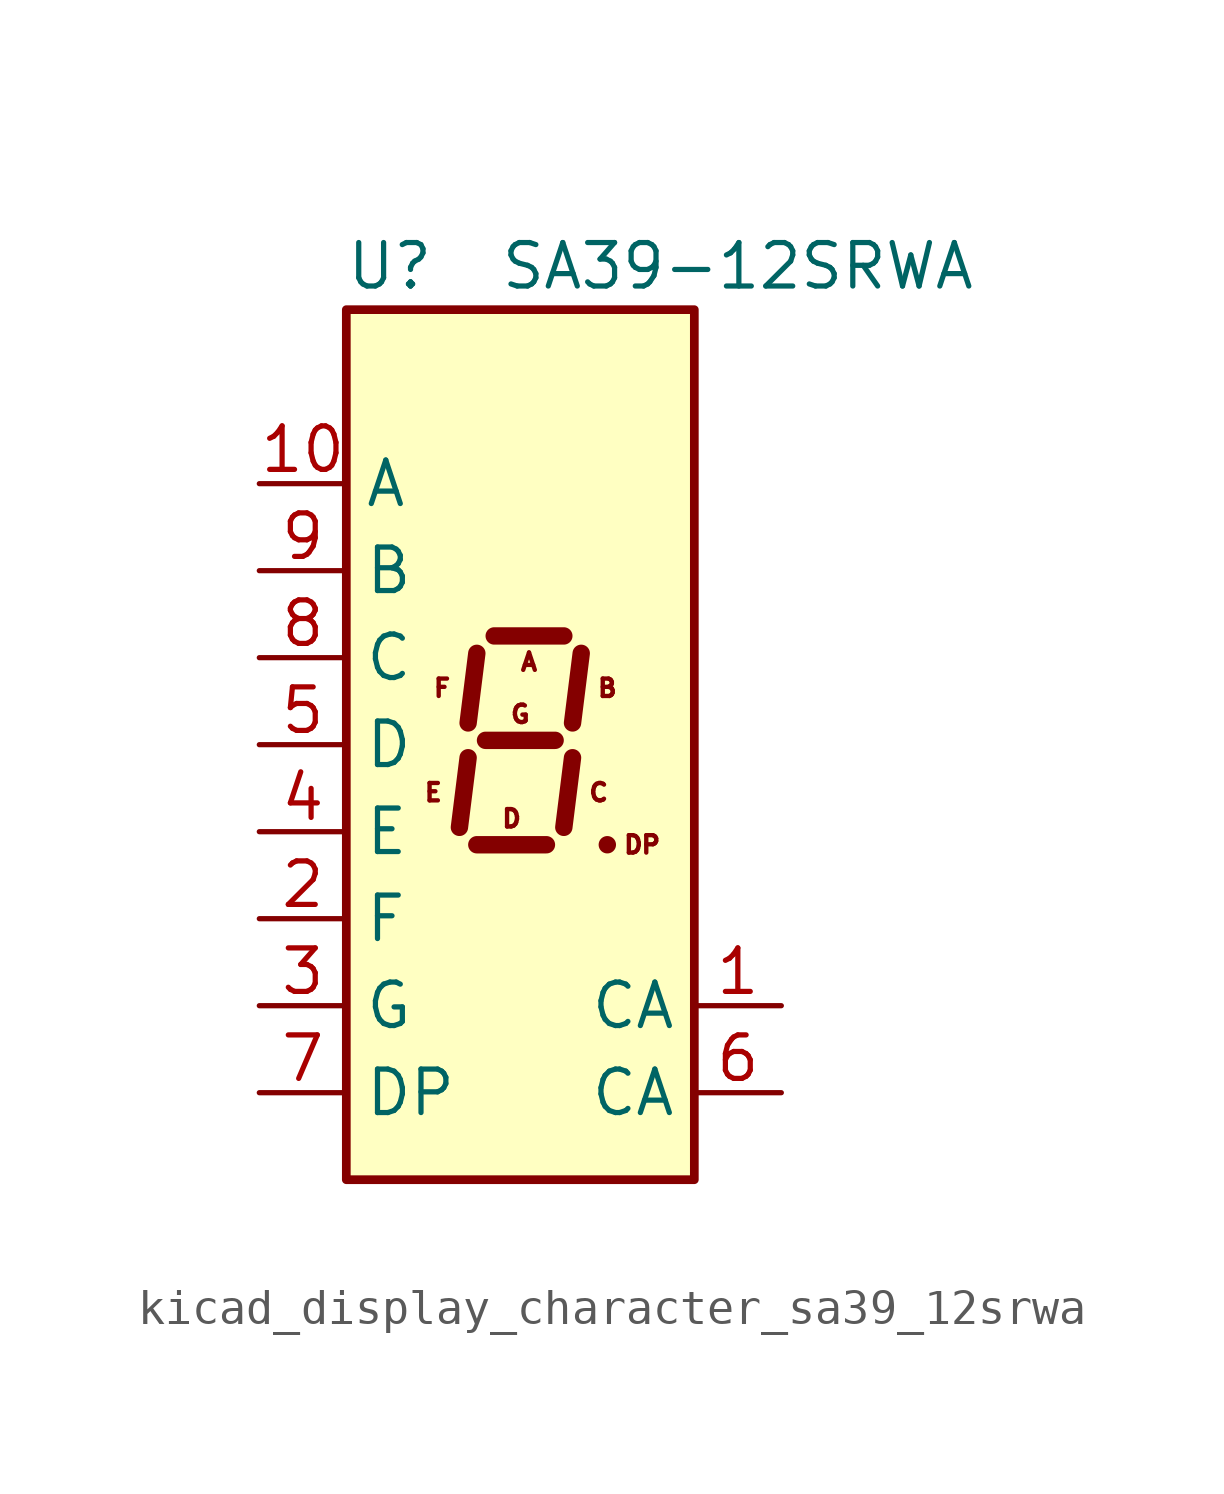
<source format=kicad_sym>
(kicad_symbol_lib
  (version 20220914)
  (generator kicad_symbol_editor)
  (symbol "kicad_display_character_sa39_12srwa"
    (property "Reference" "U"
      (at -3.81 13.97 0)
      (effects (font (size 1.27 1.27))))
    (property "Value" "SA39-12SRWA"
      (at 6.35 13.97 0)
      (effects (font (size 1.27 1.27))))
    (symbol "kicad_display_character_sa39_12srwa_1_0"
      (text "A" (at 0.254 2.413 0) (effects (font (size 0.508 0.508))))
      (text "B" (at 2.54 1.651 0) (effects (font (size 0.508 0.508))))
      (text "C" (at 2.286 -1.397 0) (effects (font (size 0.508 0.508))))
      (text "D" (at -0.254 -2.159 0) (effects (font (size 0.508 0.508))))
      (text "DP" (at 3.556 -2.921 0) (effects (font (size 0.508 0.508))))
      (text "E" (at -2.54 -1.397 0) (effects (font (size 0.508 0.508))))
      (text "F" (at -2.286 1.651 0) (effects (font (size 0.508 0.508))))
      (text "G" (at 0 0.889 0) (effects (font (size 0.508 0.508)))))
    (symbol "kicad_display_character_sa39_12srwa_1_1"
      (rectangle (start -5.08 12.7) (end 5.08 -12.7) (stroke (width 0.254) (type default)) (fill (type background)))
      (polyline (pts (xy -1.524 -0.381) (xy -1.778 -2.413)) (stroke (width 0.508) (type default)) (fill (type none)))
      (polyline (pts (xy -1.27 -2.921) (xy 0.762 -2.921)) (stroke (width 0.508) (type default)) (fill (type none)))
      (polyline (pts (xy -1.27 2.667) (xy -1.524 0.635)) (stroke (width 0.508) (type default)) (fill (type none)))
      (polyline (pts (xy -1.016 0.127) (xy 1.016 0.127)) (stroke (width 0.508) (type default)) (fill (type none)))
      (polyline (pts (xy -0.762 3.175) (xy 1.27 3.175)) (stroke (width 0.508) (type default)) (fill (type none)))
      (polyline (pts (xy 1.524 -0.381) (xy 1.27 -2.413)) (stroke (width 0.508) (type default)) (fill (type none)))
      (polyline (pts (xy 1.778 2.667) (xy 1.524 0.635)) (stroke (width 0.508) (type default)) (fill (type none)))
      (polyline (pts (xy 2.54 -2.921) (xy 2.54 -2.921)) (stroke (width 0.508) (type default)) (fill (type none)))
      (pin input line (at 7.62 -7.62 180) (length 2.54) (name "CA" (effects (font (size 1.27 1.27)))) (number "1" (effects (font (size 1.27 1.27)))))
      (pin input line (at -7.62 7.62 0) (length 2.54) (name "A" (effects (font (size 1.27 1.27)))) (number "10" (effects (font (size 1.27 1.27)))))
      (pin input line (at -7.62 -5.08 0) (length 2.54) (name "F" (effects (font (size 1.27 1.27)))) (number "2" (effects (font (size 1.27 1.27)))))
      (pin input line (at -7.62 -7.62 0) (length 2.54) (name "G" (effects (font (size 1.27 1.27)))) (number "3" (effects (font (size 1.27 1.27)))))
      (pin input line (at -7.62 -2.54 0) (length 2.54) (name "E" (effects (font (size 1.27 1.27)))) (number "4" (effects (font (size 1.27 1.27)))))
      (pin input line (at -7.62 0 0) (length 2.54) (name "D" (effects (font (size 1.27 1.27)))) (number "5" (effects (font (size 1.27 1.27)))))
      (pin input line (at 7.62 -10.16 180) (length 2.54) (name "CA" (effects (font (size 1.27 1.27)))) (number "6" (effects (font (size 1.27 1.27)))))
      (pin input line (at -7.62 -10.16 0) (length 2.54) (name "DP" (effects (font (size 1.27 1.27)))) (number "7" (effects (font (size 1.27 1.27)))))
      (pin input line (at -7.62 2.54 0) (length 2.54) (name "C" (effects (font (size 1.27 1.27)))) (number "8" (effects (font (size 1.27 1.27)))))
      (pin input line (at -7.62 5.08 0) (length 2.54) (name "B" (effects (font (size 1.27 1.27)))) (number "9" (effects (font (size 1.27 1.27))))))))
</source>
